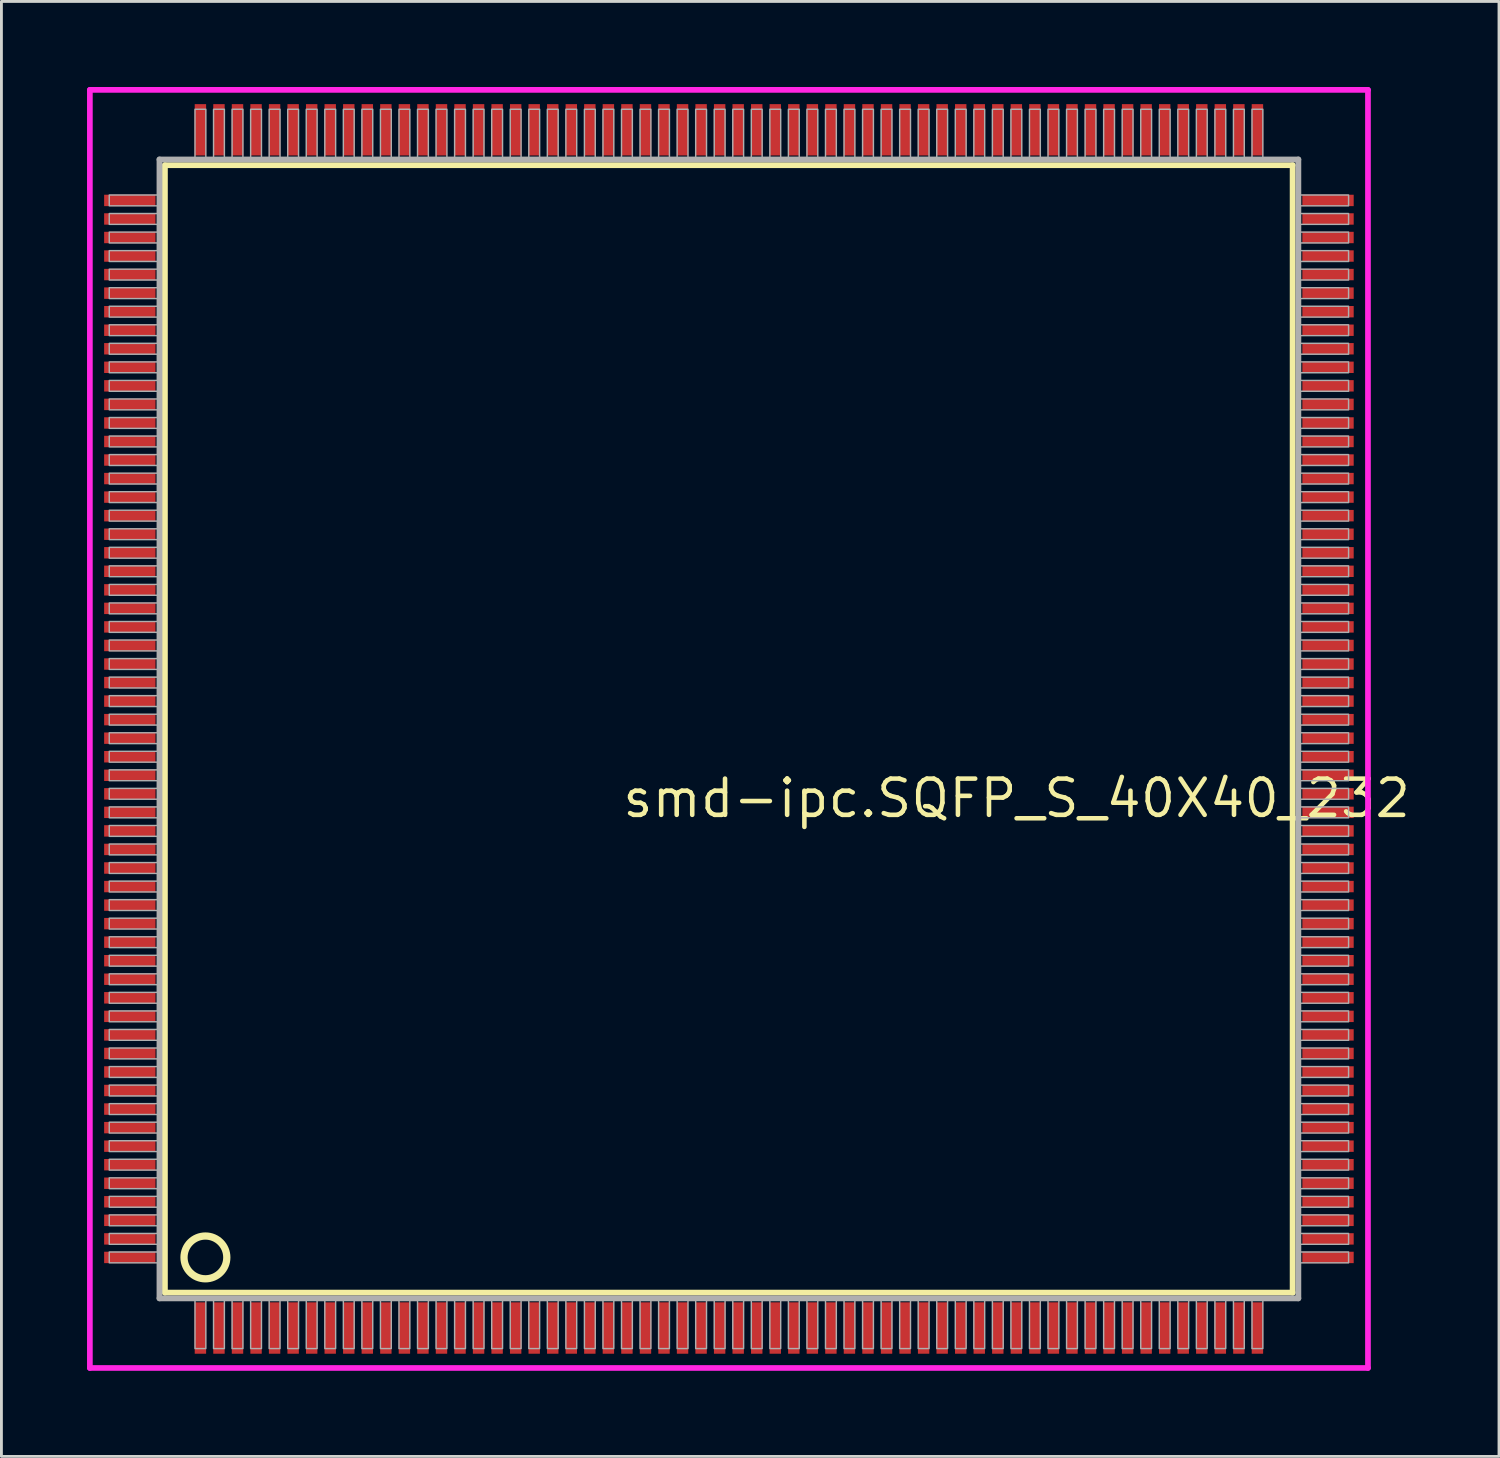
<source format=kicad_pcb>
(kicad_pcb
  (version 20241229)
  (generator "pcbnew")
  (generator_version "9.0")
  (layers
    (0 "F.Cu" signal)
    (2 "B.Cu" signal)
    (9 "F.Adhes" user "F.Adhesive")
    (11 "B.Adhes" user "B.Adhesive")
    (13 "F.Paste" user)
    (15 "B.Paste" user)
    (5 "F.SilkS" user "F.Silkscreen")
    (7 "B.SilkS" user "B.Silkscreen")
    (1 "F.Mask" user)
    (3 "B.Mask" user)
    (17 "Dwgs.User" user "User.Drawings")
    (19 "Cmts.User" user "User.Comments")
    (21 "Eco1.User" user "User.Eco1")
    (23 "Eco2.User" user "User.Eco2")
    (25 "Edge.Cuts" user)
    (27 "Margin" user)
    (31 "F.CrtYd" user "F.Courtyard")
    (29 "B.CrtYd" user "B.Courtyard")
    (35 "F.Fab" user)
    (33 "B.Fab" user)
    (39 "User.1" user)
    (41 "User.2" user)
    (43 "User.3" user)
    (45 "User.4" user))
  (footprint "smd-ipc.SQFP_S_40X40_232"
    (layer "F.Cu")
    (at 22.5 22.5)
    (property "Reference" "smd-ipc.SQFP_S_40X40_232" (at -3.81 3.175 0) (layer "F.SilkS") (effects (font (size 1.27 1.27) (thickness 0.16)) (justify left bottom)))
    (attr smd)
    (fp_line (start -19.77 -19.76) (end 19.76 -19.76) (stroke (width 0.203) (type default)) (layer "F.SilkS"))
    (fp_line (start -19.77 19.76) (end -19.77 -19.76) (stroke (width 0.203) (type default)) (layer "F.SilkS"))
    (fp_line (start 19.76 -19.76) (end 19.76 19.76) (stroke (width 0.203) (type default)) (layer "F.SilkS"))
    (fp_line (start 19.76 19.76) (end -19.77 19.76) (stroke (width 0.203) (type default)) (layer "F.SilkS"))
    (fp_circle (center -18.35 18.525) (end -17.6 18.525) (stroke (width 0.254) (type default)) (fill no) (layer "F.SilkS"))
    (fp_line (start -22.4 -22.4) (end 22.4 -22.4) (stroke (width 0.2) (type default)) (layer "F.CrtYd"))
    (fp_line (start -22.4 22.4) (end -22.4 -22.4) (stroke (width 0.2) (type default)) (layer "F.CrtYd"))
    (fp_line (start 22.4 -22.4) (end 22.4 22.4) (stroke (width 0.2) (type default)) (layer "F.CrtYd"))
    (fp_line (start 22.4 22.4) (end -22.4 22.4) (stroke (width 0.2) (type default)) (layer "F.CrtYd"))
    (fp_line (start -19.96 -19.96) (end -19.96 19.96) (stroke (width 0.203) (type default)) (layer "F.Fab"))
    (fp_line (start -19.96 19.96) (end 19.96 19.96) (stroke (width 0.203) (type default)) (layer "F.Fab"))
    (fp_line (start 19.96 -19.96) (end -19.96 -19.96) (stroke (width 0.203) (type default)) (layer "F.Fab"))
    (fp_line (start 19.96 19.96) (end 19.96 -19.96) (stroke (width 0.203) (type default)) (layer "F.Fab"))
    (fp_rect (start -21.72 -18.335) (end -20 -18.715) (stroke (width 0.05) (type default)) (fill no) (layer "F.Fab"))
    (fp_rect (start -21.72 -17.685) (end -20 -18.065) (stroke (width 0.05) (type default)) (fill no) (layer "F.Fab"))
    (fp_rect (start -21.72 -17.035) (end -20 -17.415) (stroke (width 0.05) (type default)) (fill no) (layer "F.Fab"))
    (fp_rect (start -21.72 -16.385) (end -20 -16.765) (stroke (width 0.05) (type default)) (fill no) (layer "F.Fab"))
    (fp_rect (start -21.72 -15.735) (end -20 -16.115) (stroke (width 0.05) (type default)) (fill no) (layer "F.Fab"))
    (fp_rect (start -21.72 -15.085) (end -20 -15.465) (stroke (width 0.05) (type default)) (fill no) (layer "F.Fab"))
    (fp_rect (start -21.72 -14.435) (end -20 -14.815) (stroke (width 0.05) (type default)) (fill no) (layer "F.Fab"))
    (fp_rect (start -21.72 -13.785) (end -20 -14.165) (stroke (width 0.05) (type default)) (fill no) (layer "F.Fab"))
    (fp_rect (start -21.72 -13.135) (end -20 -13.515) (stroke (width 0.05) (type default)) (fill no) (layer "F.Fab"))
    (fp_rect (start -21.72 -12.485) (end -20 -12.865) (stroke (width 0.05) (type default)) (fill no) (layer "F.Fab"))
    (fp_rect (start -21.72 -11.835) (end -20 -12.215) (stroke (width 0.05) (type default)) (fill no) (layer "F.Fab"))
    (fp_rect (start -21.72 -11.185) (end -20 -11.565) (stroke (width 0.05) (type default)) (fill no) (layer "F.Fab"))
    (fp_rect (start -21.72 -10.535) (end -20 -10.915) (stroke (width 0.05) (type default)) (fill no) (layer "F.Fab"))
    (fp_rect (start -21.72 -9.885) (end -20 -10.265) (stroke (width 0.05) (type default)) (fill no) (layer "F.Fab"))
    (fp_rect (start -21.72 -9.235) (end -20 -9.615) (stroke (width 0.05) (type default)) (fill no) (layer "F.Fab"))
    (fp_rect (start -21.72 -8.585) (end -20 -8.965) (stroke (width 0.05) (type default)) (fill no) (layer "F.Fab"))
    (fp_rect (start -21.72 -7.935) (end -20 -8.315) (stroke (width 0.05) (type default)) (fill no) (layer "F.Fab"))
    (fp_rect (start -21.72 -7.285) (end -20 -7.665) (stroke (width 0.05) (type default)) (fill no) (layer "F.Fab"))
    (fp_rect (start -21.72 -6.635) (end -20 -7.015) (stroke (width 0.05) (type default)) (fill no) (layer "F.Fab"))
    (fp_rect (start -21.72 -5.985) (end -20 -6.365) (stroke (width 0.05) (type default)) (fill no) (layer "F.Fab"))
    (fp_rect (start -21.72 -5.335) (end -20 -5.715) (stroke (width 0.05) (type default)) (fill no) (layer "F.Fab"))
    (fp_rect (start -21.72 -4.685) (end -20 -5.065) (stroke (width 0.05) (type default)) (fill no) (layer "F.Fab"))
    (fp_rect (start -21.72 -4.035) (end -20 -4.415) (stroke (width 0.05) (type default)) (fill no) (layer "F.Fab"))
    (fp_rect (start -21.72 -3.385) (end -20 -3.765) (stroke (width 0.05) (type default)) (fill no) (layer "F.Fab"))
    (fp_rect (start -21.72 -2.735) (end -20 -3.115) (stroke (width 0.05) (type default)) (fill no) (layer "F.Fab"))
    (fp_rect (start -21.72 -2.085) (end -20 -2.465) (stroke (width 0.05) (type default)) (fill no) (layer "F.Fab"))
    (fp_rect (start -21.72 -1.435) (end -20 -1.815) (stroke (width 0.05) (type default)) (fill no) (layer "F.Fab"))
    (fp_rect (start -21.72 -0.785) (end -20 -1.165) (stroke (width 0.05) (type default)) (fill no) (layer "F.Fab"))
    (fp_rect (start -21.72 -0.135) (end -20 -0.515) (stroke (width 0.05) (type default)) (fill no) (layer "F.Fab"))
    (fp_rect (start -21.72 0.515) (end -20 0.135) (stroke (width 0.05) (type default)) (fill no) (layer "F.Fab"))
    (fp_rect (start -21.72 1.165) (end -20 0.785) (stroke (width 0.05) (type default)) (fill no) (layer "F.Fab"))
    (fp_rect (start -21.72 1.815) (end -20 1.435) (stroke (width 0.05) (type default)) (fill no) (layer "F.Fab"))
    (fp_rect (start -21.72 2.465) (end -20 2.085) (stroke (width 0.05) (type default)) (fill no) (layer "F.Fab"))
    (fp_rect (start -21.72 3.115) (end -20 2.735) (stroke (width 0.05) (type default)) (fill no) (layer "F.Fab"))
    (fp_rect (start -21.72 3.765) (end -20 3.385) (stroke (width 0.05) (type default)) (fill no) (layer "F.Fab"))
    (fp_rect (start -21.72 4.415) (end -20 4.035) (stroke (width 0.05) (type default)) (fill no) (layer "F.Fab"))
    (fp_rect (start -21.72 5.065) (end -20 4.685) (stroke (width 0.05) (type default)) (fill no) (layer "F.Fab"))
    (fp_rect (start -21.72 5.715) (end -20 5.335) (stroke (width 0.05) (type default)) (fill no) (layer "F.Fab"))
    (fp_rect (start -21.72 6.365) (end -20 5.985) (stroke (width 0.05) (type default)) (fill no) (layer "F.Fab"))
    (fp_rect (start -21.72 7.015) (end -20 6.635) (stroke (width 0.05) (type default)) (fill no) (layer "F.Fab"))
    (fp_rect (start -21.72 7.665) (end -20 7.285) (stroke (width 0.05) (type default)) (fill no) (layer "F.Fab"))
    (fp_rect (start -21.72 8.315) (end -20 7.935) (stroke (width 0.05) (type default)) (fill no) (layer "F.Fab"))
    (fp_rect (start -21.72 8.965) (end -20 8.585) (stroke (width 0.05) (type default)) (fill no) (layer "F.Fab"))
    (fp_rect (start -21.72 9.615) (end -20 9.235) (stroke (width 0.05) (type default)) (fill no) (layer "F.Fab"))
    (fp_rect (start -21.72 10.265) (end -20 9.885) (stroke (width 0.05) (type default)) (fill no) (layer "F.Fab"))
    (fp_rect (start -21.72 10.915) (end -20 10.535) (stroke (width 0.05) (type default)) (fill no) (layer "F.Fab"))
    (fp_rect (start -21.72 11.565) (end -20 11.185) (stroke (width 0.05) (type default)) (fill no) (layer "F.Fab"))
    (fp_rect (start -21.72 12.215) (end -20 11.835) (stroke (width 0.05) (type default)) (fill no) (layer "F.Fab"))
    (fp_rect (start -21.72 12.865) (end -20 12.485) (stroke (width 0.05) (type default)) (fill no) (layer "F.Fab"))
    (fp_rect (start -21.72 13.515) (end -20 13.135) (stroke (width 0.05) (type default)) (fill no) (layer "F.Fab"))
    (fp_rect (start -21.72 14.165) (end -20 13.785) (stroke (width 0.05) (type default)) (fill no) (layer "F.Fab"))
    (fp_rect (start -21.72 14.815) (end -20 14.435) (stroke (width 0.05) (type default)) (fill no) (layer "F.Fab"))
    (fp_rect (start -21.72 15.465) (end -20 15.085) (stroke (width 0.05) (type default)) (fill no) (layer "F.Fab"))
    (fp_rect (start -21.72 16.115) (end -20 15.735) (stroke (width 0.05) (type default)) (fill no) (layer "F.Fab"))
    (fp_rect (start -21.72 16.765) (end -20 16.385) (stroke (width 0.05) (type default)) (fill no) (layer "F.Fab"))
    (fp_rect (start -21.72 17.415) (end -20 17.035) (stroke (width 0.05) (type default)) (fill no) (layer "F.Fab"))
    (fp_rect (start -21.72 18.065) (end -20 17.685) (stroke (width 0.05) (type default)) (fill no) (layer "F.Fab"))
    (fp_rect (start -21.72 18.715) (end -20 18.335) (stroke (width 0.05) (type default)) (fill no) (layer "F.Fab"))
    (fp_rect (start -18.715 -20) (end -18.335 -21.72) (stroke (width 0.05) (type default)) (fill no) (layer "F.Fab"))
    (fp_rect (start -18.715 21.72) (end -18.335 20) (stroke (width 0.05) (type default)) (fill no) (layer "F.Fab"))
    (fp_rect (start -18.065 -20) (end -17.685 -21.72) (stroke (width 0.05) (type default)) (fill no) (layer "F.Fab"))
    (fp_rect (start -18.065 21.72) (end -17.685 20) (stroke (width 0.05) (type default)) (fill no) (layer "F.Fab"))
    (fp_rect (start -17.415 -20) (end -17.035 -21.72) (stroke (width 0.05) (type default)) (fill no) (layer "F.Fab"))
    (fp_rect (start -17.415 21.72) (end -17.035 20) (stroke (width 0.05) (type default)) (fill no) (layer "F.Fab"))
    (fp_rect (start -16.765 -20) (end -16.385 -21.72) (stroke (width 0.05) (type default)) (fill no) (layer "F.Fab"))
    (fp_rect (start -16.765 21.72) (end -16.385 20) (stroke (width 0.05) (type default)) (fill no) (layer "F.Fab"))
    (fp_rect (start -16.115 -20) (end -15.735 -21.72) (stroke (width 0.05) (type default)) (fill no) (layer "F.Fab"))
    (fp_rect (start -16.115 21.72) (end -15.735 20) (stroke (width 0.05) (type default)) (fill no) (layer "F.Fab"))
    (fp_rect (start -15.465 -20) (end -15.085 -21.72) (stroke (width 0.05) (type default)) (fill no) (layer "F.Fab"))
    (fp_rect (start -15.465 21.72) (end -15.085 20) (stroke (width 0.05) (type default)) (fill no) (layer "F.Fab"))
    (fp_rect (start -14.815 -20) (end -14.435 -21.72) (stroke (width 0.05) (type default)) (fill no) (layer "F.Fab"))
    (fp_rect (start -14.815 21.72) (end -14.435 20) (stroke (width 0.05) (type default)) (fill no) (layer "F.Fab"))
    (fp_rect (start -14.165 -20) (end -13.785 -21.72) (stroke (width 0.05) (type default)) (fill no) (layer "F.Fab"))
    (fp_rect (start -14.165 21.72) (end -13.785 20) (stroke (width 0.05) (type default)) (fill no) (layer "F.Fab"))
    (fp_rect (start -13.515 -20) (end -13.135 -21.72) (stroke (width 0.05) (type default)) (fill no) (layer "F.Fab"))
    (fp_rect (start -13.515 21.72) (end -13.135 20) (stroke (width 0.05) (type default)) (fill no) (layer "F.Fab"))
    (fp_rect (start -12.865 -20) (end -12.485 -21.72) (stroke (width 0.05) (type default)) (fill no) (layer "F.Fab"))
    (fp_rect (start -12.865 21.72) (end -12.485 20) (stroke (width 0.05) (type default)) (fill no) (layer "F.Fab"))
    (fp_rect (start -12.215 -20) (end -11.835 -21.72) (stroke (width 0.05) (type default)) (fill no) (layer "F.Fab"))
    (fp_rect (start -12.215 21.72) (end -11.835 20) (stroke (width 0.05) (type default)) (fill no) (layer "F.Fab"))
    (fp_rect (start -11.565 -20) (end -11.185 -21.72) (stroke (width 0.05) (type default)) (fill no) (layer "F.Fab"))
    (fp_rect (start -11.565 21.72) (end -11.185 20) (stroke (width 0.05) (type default)) (fill no) (layer "F.Fab"))
    (fp_rect (start -10.915 -20) (end -10.535 -21.72) (stroke (width 0.05) (type default)) (fill no) (layer "F.Fab"))
    (fp_rect (start -10.915 21.72) (end -10.535 20) (stroke (width 0.05) (type default)) (fill no) (layer "F.Fab"))
    (fp_rect (start -10.265 -20) (end -9.885 -21.72) (stroke (width 0.05) (type default)) (fill no) (layer "F.Fab"))
    (fp_rect (start -10.265 21.72) (end -9.885 20) (stroke (width 0.05) (type default)) (fill no) (layer "F.Fab"))
    (fp_rect (start -9.615 -20) (end -9.235 -21.72) (stroke (width 0.05) (type default)) (fill no) (layer "F.Fab"))
    (fp_rect (start -9.615 21.72) (end -9.235 20) (stroke (width 0.05) (type default)) (fill no) (layer "F.Fab"))
    (fp_rect (start -8.965 -20) (end -8.585 -21.72) (stroke (width 0.05) (type default)) (fill no) (layer "F.Fab"))
    (fp_rect (start -8.965 21.72) (end -8.585 20) (stroke (width 0.05) (type default)) (fill no) (layer "F.Fab"))
    (fp_rect (start -8.315 -20) (end -7.935 -21.72) (stroke (width 0.05) (type default)) (fill no) (layer "F.Fab"))
    (fp_rect (start -8.315 21.72) (end -7.935 20) (stroke (width 0.05) (type default)) (fill no) (layer "F.Fab"))
    (fp_rect (start -7.665 -20) (end -7.285 -21.72) (stroke (width 0.05) (type default)) (fill no) (layer "F.Fab"))
    (fp_rect (start -7.665 21.72) (end -7.285 20) (stroke (width 0.05) (type default)) (fill no) (layer "F.Fab"))
    (fp_rect (start -7.015 -20) (end -6.635 -21.72) (stroke (width 0.05) (type default)) (fill no) (layer "F.Fab"))
    (fp_rect (start -7.015 21.72) (end -6.635 20) (stroke (width 0.05) (type default)) (fill no) (layer "F.Fab"))
    (fp_rect (start -6.365 -20) (end -5.985 -21.72) (stroke (width 0.05) (type default)) (fill no) (layer "F.Fab"))
    (fp_rect (start -6.365 21.72) (end -5.985 20) (stroke (width 0.05) (type default)) (fill no) (layer "F.Fab"))
    (fp_rect (start -5.715 -20) (end -5.335 -21.72) (stroke (width 0.05) (type default)) (fill no) (layer "F.Fab"))
    (fp_rect (start -5.715 21.72) (end -5.335 20) (stroke (width 0.05) (type default)) (fill no) (layer "F.Fab"))
    (fp_rect (start -5.065 -20) (end -4.685 -21.72) (stroke (width 0.05) (type default)) (fill no) (layer "F.Fab"))
    (fp_rect (start -5.065 21.72) (end -4.685 20) (stroke (width 0.05) (type default)) (fill no) (layer "F.Fab"))
    (fp_rect (start -4.415 -20) (end -4.035 -21.72) (stroke (width 0.05) (type default)) (fill no) (layer "F.Fab"))
    (fp_rect (start -4.415 21.72) (end -4.035 20) (stroke (width 0.05) (type default)) (fill no) (layer "F.Fab"))
    (fp_rect (start -3.765 -20) (end -3.385 -21.72) (stroke (width 0.05) (type default)) (fill no) (layer "F.Fab"))
    (fp_rect (start -3.765 21.72) (end -3.385 20) (stroke (width 0.05) (type default)) (fill no) (layer "F.Fab"))
    (fp_rect (start -3.115 -20) (end -2.735 -21.72) (stroke (width 0.05) (type default)) (fill no) (layer "F.Fab"))
    (fp_rect (start -3.115 21.72) (end -2.735 20) (stroke (width 0.05) (type default)) (fill no) (layer "F.Fab"))
    (fp_rect (start -2.465 -20) (end -2.085 -21.72) (stroke (width 0.05) (type default)) (fill no) (layer "F.Fab"))
    (fp_rect (start -2.465 21.72) (end -2.085 20) (stroke (width 0.05) (type default)) (fill no) (layer "F.Fab"))
    (fp_rect (start -1.815 -20) (end -1.435 -21.72) (stroke (width 0.05) (type default)) (fill no) (layer "F.Fab"))
    (fp_rect (start -1.815 21.72) (end -1.435 20) (stroke (width 0.05) (type default)) (fill no) (layer "F.Fab"))
    (fp_rect (start -1.165 -20) (end -0.785 -21.72) (stroke (width 0.05) (type default)) (fill no) (layer "F.Fab"))
    (fp_rect (start -1.165 21.72) (end -0.785 20) (stroke (width 0.05) (type default)) (fill no) (layer "F.Fab"))
    (fp_rect (start -0.515 -20) (end -0.135 -21.72) (stroke (width 0.05) (type default)) (fill no) (layer "F.Fab"))
    (fp_rect (start -0.515 21.72) (end -0.135 20) (stroke (width 0.05) (type default)) (fill no) (layer "F.Fab"))
    (fp_rect (start 0.135 -20) (end 0.515 -21.72) (stroke (width 0.05) (type default)) (fill no) (layer "F.Fab"))
    (fp_rect (start 0.135 21.72) (end 0.515 20) (stroke (width 0.05) (type default)) (fill no) (layer "F.Fab"))
    (fp_rect (start 0.785 -20) (end 1.165 -21.72) (stroke (width 0.05) (type default)) (fill no) (layer "F.Fab"))
    (fp_rect (start 0.785 21.72) (end 1.165 20) (stroke (width 0.05) (type default)) (fill no) (layer "F.Fab"))
    (fp_rect (start 1.435 -20) (end 1.815 -21.72) (stroke (width 0.05) (type default)) (fill no) (layer "F.Fab"))
    (fp_rect (start 1.435 21.72) (end 1.815 20) (stroke (width 0.05) (type default)) (fill no) (layer "F.Fab"))
    (fp_rect (start 2.085 -20) (end 2.465 -21.72) (stroke (width 0.05) (type default)) (fill no) (layer "F.Fab"))
    (fp_rect (start 2.085 21.72) (end 2.465 20) (stroke (width 0.05) (type default)) (fill no) (layer "F.Fab"))
    (fp_rect (start 2.735 -20) (end 3.115 -21.72) (stroke (width 0.05) (type default)) (fill no) (layer "F.Fab"))
    (fp_rect (start 2.735 21.72) (end 3.115 20) (stroke (width 0.05) (type default)) (fill no) (layer "F.Fab"))
    (fp_rect (start 3.385 -20) (end 3.765 -21.72) (stroke (width 0.05) (type default)) (fill no) (layer "F.Fab"))
    (fp_rect (start 3.385 21.72) (end 3.765 20) (stroke (width 0.05) (type default)) (fill no) (layer "F.Fab"))
    (fp_rect (start 4.035 -20) (end 4.415 -21.72) (stroke (width 0.05) (type default)) (fill no) (layer "F.Fab"))
    (fp_rect (start 4.035 21.72) (end 4.415 20) (stroke (width 0.05) (type default)) (fill no) (layer "F.Fab"))
    (fp_rect (start 4.685 -20) (end 5.065 -21.72) (stroke (width 0.05) (type default)) (fill no) (layer "F.Fab"))
    (fp_rect (start 4.685 21.72) (end 5.065 20) (stroke (width 0.05) (type default)) (fill no) (layer "F.Fab"))
    (fp_rect (start 5.335 -20) (end 5.715 -21.72) (stroke (width 0.05) (type default)) (fill no) (layer "F.Fab"))
    (fp_rect (start 5.335 21.72) (end 5.715 20) (stroke (width 0.05) (type default)) (fill no) (layer "F.Fab"))
    (fp_rect (start 5.985 -20) (end 6.365 -21.72) (stroke (width 0.05) (type default)) (fill no) (layer "F.Fab"))
    (fp_rect (start 5.985 21.72) (end 6.365 20) (stroke (width 0.05) (type default)) (fill no) (layer "F.Fab"))
    (fp_rect (start 6.635 -20) (end 7.015 -21.72) (stroke (width 0.05) (type default)) (fill no) (layer "F.Fab"))
    (fp_rect (start 6.635 21.72) (end 7.015 20) (stroke (width 0.05) (type default)) (fill no) (layer "F.Fab"))
    (fp_rect (start 7.285 -20) (end 7.665 -21.72) (stroke (width 0.05) (type default)) (fill no) (layer "F.Fab"))
    (fp_rect (start 7.285 21.72) (end 7.665 20) (stroke (width 0.05) (type default)) (fill no) (layer "F.Fab"))
    (fp_rect (start 7.935 -20) (end 8.315 -21.72) (stroke (width 0.05) (type default)) (fill no) (layer "F.Fab"))
    (fp_rect (start 7.935 21.72) (end 8.315 20) (stroke (width 0.05) (type default)) (fill no) (layer "F.Fab"))
    (fp_rect (start 8.585 -20) (end 8.965 -21.72) (stroke (width 0.05) (type default)) (fill no) (layer "F.Fab"))
    (fp_rect (start 8.585 21.72) (end 8.965 20) (stroke (width 0.05) (type default)) (fill no) (layer "F.Fab"))
    (fp_rect (start 9.235 -20) (end 9.615 -21.72) (stroke (width 0.05) (type default)) (fill no) (layer "F.Fab"))
    (fp_rect (start 9.235 21.72) (end 9.615 20) (stroke (width 0.05) (type default)) (fill no) (layer "F.Fab"))
    (fp_rect (start 9.885 -20) (end 10.265 -21.72) (stroke (width 0.05) (type default)) (fill no) (layer "F.Fab"))
    (fp_rect (start 9.885 21.72) (end 10.265 20) (stroke (width 0.05) (type default)) (fill no) (layer "F.Fab"))
    (fp_rect (start 10.535 -20) (end 10.915 -21.72) (stroke (width 0.05) (type default)) (fill no) (layer "F.Fab"))
    (fp_rect (start 10.535 21.72) (end 10.915 20) (stroke (width 0.05) (type default)) (fill no) (layer "F.Fab"))
    (fp_rect (start 11.185 -20) (end 11.565 -21.72) (stroke (width 0.05) (type default)) (fill no) (layer "F.Fab"))
    (fp_rect (start 11.185 21.72) (end 11.565 20) (stroke (width 0.05) (type default)) (fill no) (layer "F.Fab"))
    (fp_rect (start 11.835 -20) (end 12.215 -21.72) (stroke (width 0.05) (type default)) (fill no) (layer "F.Fab"))
    (fp_rect (start 11.835 21.72) (end 12.215 20) (stroke (width 0.05) (type default)) (fill no) (layer "F.Fab"))
    (fp_rect (start 12.485 -20) (end 12.865 -21.72) (stroke (width 0.05) (type default)) (fill no) (layer "F.Fab"))
    (fp_rect (start 12.485 21.72) (end 12.865 20) (stroke (width 0.05) (type default)) (fill no) (layer "F.Fab"))
    (fp_rect (start 13.135 -20) (end 13.515 -21.72) (stroke (width 0.05) (type default)) (fill no) (layer "F.Fab"))
    (fp_rect (start 13.135 21.72) (end 13.515 20) (stroke (width 0.05) (type default)) (fill no) (layer "F.Fab"))
    (fp_rect (start 13.785 -20) (end 14.165 -21.72) (stroke (width 0.05) (type default)) (fill no) (layer "F.Fab"))
    (fp_rect (start 13.785 21.72) (end 14.165 20) (stroke (width 0.05) (type default)) (fill no) (layer "F.Fab"))
    (fp_rect (start 14.435 -20) (end 14.815 -21.72) (stroke (width 0.05) (type default)) (fill no) (layer "F.Fab"))
    (fp_rect (start 14.435 21.72) (end 14.815 20) (stroke (width 0.05) (type default)) (fill no) (layer "F.Fab"))
    (fp_rect (start 15.085 -20) (end 15.465 -21.72) (stroke (width 0.05) (type default)) (fill no) (layer "F.Fab"))
    (fp_rect (start 15.085 21.72) (end 15.465 20) (stroke (width 0.05) (type default)) (fill no) (layer "F.Fab"))
    (fp_rect (start 15.735 -20) (end 16.115 -21.72) (stroke (width 0.05) (type default)) (fill no) (layer "F.Fab"))
    (fp_rect (start 15.735 21.72) (end 16.115 20) (stroke (width 0.05) (type default)) (fill no) (layer "F.Fab"))
    (fp_rect (start 16.385 -20) (end 16.765 -21.72) (stroke (width 0.05) (type default)) (fill no) (layer "F.Fab"))
    (fp_rect (start 16.385 21.72) (end 16.765 20) (stroke (width 0.05) (type default)) (fill no) (layer "F.Fab"))
    (fp_rect (start 17.035 -20) (end 17.415 -21.72) (stroke (width 0.05) (type default)) (fill no) (layer "F.Fab"))
    (fp_rect (start 17.035 21.72) (end 17.415 20) (stroke (width 0.05) (type default)) (fill no) (layer "F.Fab"))
    (fp_rect (start 17.685 -20) (end 18.065 -21.72) (stroke (width 0.05) (type default)) (fill no) (layer "F.Fab"))
    (fp_rect (start 17.685 21.72) (end 18.065 20) (stroke (width 0.05) (type default)) (fill no) (layer "F.Fab"))
    (fp_rect (start 18.335 -20) (end 18.715 -21.72) (stroke (width 0.05) (type default)) (fill no) (layer "F.Fab"))
    (fp_rect (start 18.335 21.72) (end 18.715 20) (stroke (width 0.05) (type default)) (fill no) (layer "F.Fab"))
    (fp_rect (start 20 -18.335) (end 21.72 -18.715) (stroke (width 0.05) (type default)) (fill no) (layer "F.Fab"))
    (fp_rect (start 20 -17.685) (end 21.72 -18.065) (stroke (width 0.05) (type default)) (fill no) (layer "F.Fab"))
    (fp_rect (start 20 -17.035) (end 21.72 -17.415) (stroke (width 0.05) (type default)) (fill no) (layer "F.Fab"))
    (fp_rect (start 20 -16.385) (end 21.72 -16.765) (stroke (width 0.05) (type default)) (fill no) (layer "F.Fab"))
    (fp_rect (start 20 -15.735) (end 21.72 -16.115) (stroke (width 0.05) (type default)) (fill no) (layer "F.Fab"))
    (fp_rect (start 20 -15.085) (end 21.72 -15.465) (stroke (width 0.05) (type default)) (fill no) (layer "F.Fab"))
    (fp_rect (start 20 -14.435) (end 21.72 -14.815) (stroke (width 0.05) (type default)) (fill no) (layer "F.Fab"))
    (fp_rect (start 20 -13.785) (end 21.72 -14.165) (stroke (width 0.05) (type default)) (fill no) (layer "F.Fab"))
    (fp_rect (start 20 -13.135) (end 21.72 -13.515) (stroke (width 0.05) (type default)) (fill no) (layer "F.Fab"))
    (fp_rect (start 20 -12.485) (end 21.72 -12.865) (stroke (width 0.05) (type default)) (fill no) (layer "F.Fab"))
    (fp_rect (start 20 -11.835) (end 21.72 -12.215) (stroke (width 0.05) (type default)) (fill no) (layer "F.Fab"))
    (fp_rect (start 20 -11.185) (end 21.72 -11.565) (stroke (width 0.05) (type default)) (fill no) (layer "F.Fab"))
    (fp_rect (start 20 -10.535) (end 21.72 -10.915) (stroke (width 0.05) (type default)) (fill no) (layer "F.Fab"))
    (fp_rect (start 20 -9.885) (end 21.72 -10.265) (stroke (width 0.05) (type default)) (fill no) (layer "F.Fab"))
    (fp_rect (start 20 -9.235) (end 21.72 -9.615) (stroke (width 0.05) (type default)) (fill no) (layer "F.Fab"))
    (fp_rect (start 20 -8.585) (end 21.72 -8.965) (stroke (width 0.05) (type default)) (fill no) (layer "F.Fab"))
    (fp_rect (start 20 -7.935) (end 21.72 -8.315) (stroke (width 0.05) (type default)) (fill no) (layer "F.Fab"))
    (fp_rect (start 20 -7.285) (end 21.72 -7.665) (stroke (width 0.05) (type default)) (fill no) (layer "F.Fab"))
    (fp_rect (start 20 -6.635) (end 21.72 -7.015) (stroke (width 0.05) (type default)) (fill no) (layer "F.Fab"))
    (fp_rect (start 20 -5.985) (end 21.72 -6.365) (stroke (width 0.05) (type default)) (fill no) (layer "F.Fab"))
    (fp_rect (start 20 -5.335) (end 21.72 -5.715) (stroke (width 0.05) (type default)) (fill no) (layer "F.Fab"))
    (fp_rect (start 20 -4.685) (end 21.72 -5.065) (stroke (width 0.05) (type default)) (fill no) (layer "F.Fab"))
    (fp_rect (start 20 -4.035) (end 21.72 -4.415) (stroke (width 0.05) (type default)) (fill no) (layer "F.Fab"))
    (fp_rect (start 20 -3.385) (end 21.72 -3.765) (stroke (width 0.05) (type default)) (fill no) (layer "F.Fab"))
    (fp_rect (start 20 -2.735) (end 21.72 -3.115) (stroke (width 0.05) (type default)) (fill no) (layer "F.Fab"))
    (fp_rect (start 20 -2.085) (end 21.72 -2.465) (stroke (width 0.05) (type default)) (fill no) (layer "F.Fab"))
    (fp_rect (start 20 -1.435) (end 21.72 -1.815) (stroke (width 0.05) (type default)) (fill no) (layer "F.Fab"))
    (fp_rect (start 20 -0.785) (end 21.72 -1.165) (stroke (width 0.05) (type default)) (fill no) (layer "F.Fab"))
    (fp_rect (start 20 -0.135) (end 21.72 -0.515) (stroke (width 0.05) (type default)) (fill no) (layer "F.Fab"))
    (fp_rect (start 20 0.515) (end 21.72 0.135) (stroke (width 0.05) (type default)) (fill no) (layer "F.Fab"))
    (fp_rect (start 20 1.165) (end 21.72 0.785) (stroke (width 0.05) (type default)) (fill no) (layer "F.Fab"))
    (fp_rect (start 20 1.815) (end 21.72 1.435) (stroke (width 0.05) (type default)) (fill no) (layer "F.Fab"))
    (fp_rect (start 20 2.465) (end 21.72 2.085) (stroke (width 0.05) (type default)) (fill no) (layer "F.Fab"))
    (fp_rect (start 20 3.115) (end 21.72 2.735) (stroke (width 0.05) (type default)) (fill no) (layer "F.Fab"))
    (fp_rect (start 20 3.765) (end 21.72 3.385) (stroke (width 0.05) (type default)) (fill no) (layer "F.Fab"))
    (fp_rect (start 20 4.415) (end 21.72 4.035) (stroke (width 0.05) (type default)) (fill no) (layer "F.Fab"))
    (fp_rect (start 20 5.065) (end 21.72 4.685) (stroke (width 0.05) (type default)) (fill no) (layer "F.Fab"))
    (fp_rect (start 20 5.715) (end 21.72 5.335) (stroke (width 0.05) (type default)) (fill no) (layer "F.Fab"))
    (fp_rect (start 20 6.365) (end 21.72 5.985) (stroke (width 0.05) (type default)) (fill no) (layer "F.Fab"))
    (fp_rect (start 20 7.015) (end 21.72 6.635) (stroke (width 0.05) (type default)) (fill no) (layer "F.Fab"))
    (fp_rect (start 20 7.665) (end 21.72 7.285) (stroke (width 0.05) (type default)) (fill no) (layer "F.Fab"))
    (fp_rect (start 20 8.315) (end 21.72 7.935) (stroke (width 0.05) (type default)) (fill no) (layer "F.Fab"))
    (fp_rect (start 20 8.965) (end 21.72 8.585) (stroke (width 0.05) (type default)) (fill no) (layer "F.Fab"))
    (fp_rect (start 20 9.615) (end 21.72 9.235) (stroke (width 0.05) (type default)) (fill no) (layer "F.Fab"))
    (fp_rect (start 20 10.265) (end 21.72 9.885) (stroke (width 0.05) (type default)) (fill no) (layer "F.Fab"))
    (fp_rect (start 20 10.915) (end 21.72 10.535) (stroke (width 0.05) (type default)) (fill no) (layer "F.Fab"))
    (fp_rect (start 20 11.565) (end 21.72 11.185) (stroke (width 0.05) (type default)) (fill no) (layer "F.Fab"))
    (fp_rect (start 20 12.215) (end 21.72 11.835) (stroke (width 0.05) (type default)) (fill no) (layer "F.Fab"))
    (fp_rect (start 20 12.865) (end 21.72 12.485) (stroke (width 0.05) (type default)) (fill no) (layer "F.Fab"))
    (fp_rect (start 20 13.515) (end 21.72 13.135) (stroke (width 0.05) (type default)) (fill no) (layer "F.Fab"))
    (fp_rect (start 20 14.165) (end 21.72 13.785) (stroke (width 0.05) (type default)) (fill no) (layer "F.Fab"))
    (fp_rect (start 20 14.815) (end 21.72 14.435) (stroke (width 0.05) (type default)) (fill no) (layer "F.Fab"))
    (fp_rect (start 20 15.465) (end 21.72 15.085) (stroke (width 0.05) (type default)) (fill no) (layer "F.Fab"))
    (fp_rect (start 20 16.115) (end 21.72 15.735) (stroke (width 0.05) (type default)) (fill no) (layer "F.Fab"))
    (fp_rect (start 20 16.765) (end 21.72 16.385) (stroke (width 0.05) (type default)) (fill no) (layer "F.Fab"))
    (fp_rect (start 20 17.415) (end 21.72 17.035) (stroke (width 0.05) (type default)) (fill no) (layer "F.Fab"))
    (fp_rect (start 20 18.065) (end 21.72 17.685) (stroke (width 0.05) (type default)) (fill no) (layer "F.Fab"))
    (fp_rect (start 20 18.715) (end 21.72 18.335) (stroke (width 0.05) (type default)) (fill no) (layer "F.Fab"))
    (pad "1" smd roundrect (at -18.525 21) (size 0.4 1.8) (layers "F.Cu" "F.Mask" "F.Paste") (roundrect_rratio 0.01))
    (pad "2" smd roundrect (at -17.875 21) (size 0.4 1.8) (layers "F.Cu" "F.Mask" "F.Paste") (roundrect_rratio 0.01))
    (pad "3" smd roundrect (at -17.225 21) (size 0.4 1.8) (layers "F.Cu" "F.Mask" "F.Paste") (roundrect_rratio 0.01))
    (pad "4" smd roundrect (at -16.575 21) (size 0.4 1.8) (layers "F.Cu" "F.Mask" "F.Paste") (roundrect_rratio 0.01))
    (pad "5" smd roundrect (at -15.925 21) (size 0.4 1.8) (layers "F.Cu" "F.Mask" "F.Paste") (roundrect_rratio 0.01))
    (pad "6" smd roundrect (at -15.275 21) (size 0.4 1.8) (layers "F.Cu" "F.Mask" "F.Paste") (roundrect_rratio 0.01))
    (pad "7" smd roundrect (at -14.625 21) (size 0.4 1.8) (layers "F.Cu" "F.Mask" "F.Paste") (roundrect_rratio 0.01))
    (pad "8" smd roundrect (at -13.975 21) (size 0.4 1.8) (layers "F.Cu" "F.Mask" "F.Paste") (roundrect_rratio 0.01))
    (pad "9" smd roundrect (at -13.325 21) (size 0.4 1.8) (layers "F.Cu" "F.Mask" "F.Paste") (roundrect_rratio 0.01))
    (pad "10" smd roundrect (at -12.675 21) (size 0.4 1.8) (layers "F.Cu" "F.Mask" "F.Paste") (roundrect_rratio 0.01))
    (pad "11" smd roundrect (at -12.025 21) (size 0.4 1.8) (layers "F.Cu" "F.Mask" "F.Paste") (roundrect_rratio 0.01))
    (pad "12" smd roundrect (at -11.375 21) (size 0.4 1.8) (layers "F.Cu" "F.Mask" "F.Paste") (roundrect_rratio 0.01))
    (pad "13" smd roundrect (at -10.725 21) (size 0.4 1.8) (layers "F.Cu" "F.Mask" "F.Paste") (roundrect_rratio 0.01))
    (pad "14" smd roundrect (at -10.075 21) (size 0.4 1.8) (layers "F.Cu" "F.Mask" "F.Paste") (roundrect_rratio 0.01))
    (pad "15" smd roundrect (at -9.425 21) (size 0.4 1.8) (layers "F.Cu" "F.Mask" "F.Paste") (roundrect_rratio 0.01))
    (pad "16" smd roundrect (at -8.775 21) (size 0.4 1.8) (layers "F.Cu" "F.Mask" "F.Paste") (roundrect_rratio 0.01))
    (pad "17" smd roundrect (at -8.125 21) (size 0.4 1.8) (layers "F.Cu" "F.Mask" "F.Paste") (roundrect_rratio 0.01))
    (pad "18" smd roundrect (at -7.475 21) (size 0.4 1.8) (layers "F.Cu" "F.Mask" "F.Paste") (roundrect_rratio 0.01))
    (pad "19" smd roundrect (at -6.825 21) (size 0.4 1.8) (layers "F.Cu" "F.Mask" "F.Paste") (roundrect_rratio 0.01))
    (pad "20" smd roundrect (at -6.175 21) (size 0.4 1.8) (layers "F.Cu" "F.Mask" "F.Paste") (roundrect_rratio 0.01))
    (pad "21" smd roundrect (at -5.525 21) (size 0.4 1.8) (layers "F.Cu" "F.Mask" "F.Paste") (roundrect_rratio 0.01))
    (pad "22" smd roundrect (at -4.875 21) (size 0.4 1.8) (layers "F.Cu" "F.Mask" "F.Paste") (roundrect_rratio 0.01))
    (pad "23" smd roundrect (at -4.225 21) (size 0.4 1.8) (layers "F.Cu" "F.Mask" "F.Paste") (roundrect_rratio 0.01))
    (pad "24" smd roundrect (at -3.575 21) (size 0.4 1.8) (layers "F.Cu" "F.Mask" "F.Paste") (roundrect_rratio 0.01))
    (pad "25" smd roundrect (at -2.925 21) (size 0.4 1.8) (layers "F.Cu" "F.Mask" "F.Paste") (roundrect_rratio 0.01))
    (pad "26" smd roundrect (at -2.275 21) (size 0.4 1.8) (layers "F.Cu" "F.Mask" "F.Paste") (roundrect_rratio 0.01))
    (pad "27" smd roundrect (at -1.625 21) (size 0.4 1.8) (layers "F.Cu" "F.Mask" "F.Paste") (roundrect_rratio 0.01))
    (pad "28" smd roundrect (at -0.975 21) (size 0.4 1.8) (layers "F.Cu" "F.Mask" "F.Paste") (roundrect_rratio 0.01))
    (pad "29" smd roundrect (at -0.325 21) (size 0.4 1.8) (layers "F.Cu" "F.Mask" "F.Paste") (roundrect_rratio 0.01))
    (pad "30" smd roundrect (at 0.325 21) (size 0.4 1.8) (layers "F.Cu" "F.Mask" "F.Paste") (roundrect_rratio 0.01))
    (pad "31" smd roundrect (at 0.975 21) (size 0.4 1.8) (layers "F.Cu" "F.Mask" "F.Paste") (roundrect_rratio 0.01))
    (pad "32" smd roundrect (at 1.625 21) (size 0.4 1.8) (layers "F.Cu" "F.Mask" "F.Paste") (roundrect_rratio 0.01))
    (pad "33" smd roundrect (at 2.275 21) (size 0.4 1.8) (layers "F.Cu" "F.Mask" "F.Paste") (roundrect_rratio 0.01))
    (pad "34" smd roundrect (at 2.925 21) (size 0.4 1.8) (layers "F.Cu" "F.Mask" "F.Paste") (roundrect_rratio 0.01))
    (pad "35" smd roundrect (at 3.575 21) (size 0.4 1.8) (layers "F.Cu" "F.Mask" "F.Paste") (roundrect_rratio 0.01))
    (pad "36" smd roundrect (at 4.225 21) (size 0.4 1.8) (layers "F.Cu" "F.Mask" "F.Paste") (roundrect_rratio 0.01))
    (pad "37" smd roundrect (at 4.875 21) (size 0.4 1.8) (layers "F.Cu" "F.Mask" "F.Paste") (roundrect_rratio 0.01))
    (pad "38" smd roundrect (at 5.525 21) (size 0.4 1.8) (layers "F.Cu" "F.Mask" "F.Paste") (roundrect_rratio 0.01))
    (pad "39" smd roundrect (at 6.175 21) (size 0.4 1.8) (layers "F.Cu" "F.Mask" "F.Paste") (roundrect_rratio 0.01))
    (pad "40" smd roundrect (at 6.825 21) (size 0.4 1.8) (layers "F.Cu" "F.Mask" "F.Paste") (roundrect_rratio 0.01))
    (pad "41" smd roundrect (at 7.475 21) (size 0.4 1.8) (layers "F.Cu" "F.Mask" "F.Paste") (roundrect_rratio 0.01))
    (pad "42" smd roundrect (at 8.125 21) (size 0.4 1.8) (layers "F.Cu" "F.Mask" "F.Paste") (roundrect_rratio 0.01))
    (pad "43" smd roundrect (at 8.775 21) (size 0.4 1.8) (layers "F.Cu" "F.Mask" "F.Paste") (roundrect_rratio 0.01))
    (pad "44" smd roundrect (at 9.425 21) (size 0.4 1.8) (layers "F.Cu" "F.Mask" "F.Paste") (roundrect_rratio 0.01))
    (pad "45" smd roundrect (at 10.075 21) (size 0.4 1.8) (layers "F.Cu" "F.Mask" "F.Paste") (roundrect_rratio 0.01))
    (pad "46" smd roundrect (at 10.725 21) (size 0.4 1.8) (layers "F.Cu" "F.Mask" "F.Paste") (roundrect_rratio 0.01))
    (pad "47" smd roundrect (at 11.375 21) (size 0.4 1.8) (layers "F.Cu" "F.Mask" "F.Paste") (roundrect_rratio 0.01))
    (pad "48" smd roundrect (at 12.025 21) (size 0.4 1.8) (layers "F.Cu" "F.Mask" "F.Paste") (roundrect_rratio 0.01))
    (pad "49" smd roundrect (at 12.675 21) (size 0.4 1.8) (layers "F.Cu" "F.Mask" "F.Paste") (roundrect_rratio 0.01))
    (pad "50" smd roundrect (at 13.325 21) (size 0.4 1.8) (layers "F.Cu" "F.Mask" "F.Paste") (roundrect_rratio 0.01))
    (pad "51" smd roundrect (at 13.975 21) (size 0.4 1.8) (layers "F.Cu" "F.Mask" "F.Paste") (roundrect_rratio 0.01))
    (pad "52" smd roundrect (at 14.625 21) (size 0.4 1.8) (layers "F.Cu" "F.Mask" "F.Paste") (roundrect_rratio 0.01))
    (pad "53" smd roundrect (at 15.275 21) (size 0.4 1.8) (layers "F.Cu" "F.Mask" "F.Paste") (roundrect_rratio 0.01))
    (pad "54" smd roundrect (at 15.925 21) (size 0.4 1.8) (layers "F.Cu" "F.Mask" "F.Paste") (roundrect_rratio 0.01))
    (pad "55" smd roundrect (at 16.575 21) (size 0.4 1.8) (layers "F.Cu" "F.Mask" "F.Paste") (roundrect_rratio 0.01))
    (pad "56" smd roundrect (at 17.225 21) (size 0.4 1.8) (layers "F.Cu" "F.Mask" "F.Paste") (roundrect_rratio 0.01))
    (pad "57" smd roundrect (at 17.875 21) (size 0.4 1.8) (layers "F.Cu" "F.Mask" "F.Paste") (roundrect_rratio 0.01))
    (pad "58" smd roundrect (at 18.525 21) (size 0.4 1.8) (layers "F.Cu" "F.Mask" "F.Paste") (roundrect_rratio 0.01))
    (pad "59" smd roundrect (at 21 18.525) (size 1.8 0.4) (layers "F.Cu" "F.Mask" "F.Paste") (roundrect_rratio 0.01))
    (pad "60" smd roundrect (at 21 17.875) (size 1.8 0.4) (layers "F.Cu" "F.Mask" "F.Paste") (roundrect_rratio 0.01))
    (pad "61" smd roundrect (at 21 17.225) (size 1.8 0.4) (layers "F.Cu" "F.Mask" "F.Paste") (roundrect_rratio 0.01))
    (pad "62" smd roundrect (at 21 16.575) (size 1.8 0.4) (layers "F.Cu" "F.Mask" "F.Paste") (roundrect_rratio 0.01))
    (pad "63" smd roundrect (at 21 15.925) (size 1.8 0.4) (layers "F.Cu" "F.Mask" "F.Paste") (roundrect_rratio 0.01))
    (pad "64" smd roundrect (at 21 15.275) (size 1.8 0.4) (layers "F.Cu" "F.Mask" "F.Paste") (roundrect_rratio 0.01))
    (pad "65" smd roundrect (at 21 14.625) (size 1.8 0.4) (layers "F.Cu" "F.Mask" "F.Paste") (roundrect_rratio 0.01))
    (pad "66" smd roundrect (at 21 13.975) (size 1.8 0.4) (layers "F.Cu" "F.Mask" "F.Paste") (roundrect_rratio 0.01))
    (pad "67" smd roundrect (at 21 13.325) (size 1.8 0.4) (layers "F.Cu" "F.Mask" "F.Paste") (roundrect_rratio 0.01))
    (pad "68" smd roundrect (at 21 12.675) (size 1.8 0.4) (layers "F.Cu" "F.Mask" "F.Paste") (roundrect_rratio 0.01))
    (pad "69" smd roundrect (at 21 12.025) (size 1.8 0.4) (layers "F.Cu" "F.Mask" "F.Paste") (roundrect_rratio 0.01))
    (pad "70" smd roundrect (at 21 11.375) (size 1.8 0.4) (layers "F.Cu" "F.Mask" "F.Paste") (roundrect_rratio 0.01))
    (pad "71" smd roundrect (at 21 10.725) (size 1.8 0.4) (layers "F.Cu" "F.Mask" "F.Paste") (roundrect_rratio 0.01))
    (pad "72" smd roundrect (at 21 10.075) (size 1.8 0.4) (layers "F.Cu" "F.Mask" "F.Paste") (roundrect_rratio 0.01))
    (pad "73" smd roundrect (at 21 9.425) (size 1.8 0.4) (layers "F.Cu" "F.Mask" "F.Paste") (roundrect_rratio 0.01))
    (pad "74" smd roundrect (at 21 8.775) (size 1.8 0.4) (layers "F.Cu" "F.Mask" "F.Paste") (roundrect_rratio 0.01))
    (pad "75" smd roundrect (at 21 8.125) (size 1.8 0.4) (layers "F.Cu" "F.Mask" "F.Paste") (roundrect_rratio 0.01))
    (pad "76" smd roundrect (at 21 7.475) (size 1.8 0.4) (layers "F.Cu" "F.Mask" "F.Paste") (roundrect_rratio 0.01))
    (pad "77" smd roundrect (at 21 6.825) (size 1.8 0.4) (layers "F.Cu" "F.Mask" "F.Paste") (roundrect_rratio 0.01))
    (pad "78" smd roundrect (at 21 6.175) (size 1.8 0.4) (layers "F.Cu" "F.Mask" "F.Paste") (roundrect_rratio 0.01))
    (pad "79" smd roundrect (at 21 5.525) (size 1.8 0.4) (layers "F.Cu" "F.Mask" "F.Paste") (roundrect_rratio 0.01))
    (pad "80" smd roundrect (at 21 4.875) (size 1.8 0.4) (layers "F.Cu" "F.Mask" "F.Paste") (roundrect_rratio 0.01))
    (pad "81" smd roundrect (at 21 4.225) (size 1.8 0.4) (layers "F.Cu" "F.Mask" "F.Paste") (roundrect_rratio 0.01))
    (pad "82" smd roundrect (at 21 3.575) (size 1.8 0.4) (layers "F.Cu" "F.Mask" "F.Paste") (roundrect_rratio 0.01))
    (pad "83" smd roundrect (at 21 2.925) (size 1.8 0.4) (layers "F.Cu" "F.Mask" "F.Paste") (roundrect_rratio 0.01))
    (pad "84" smd roundrect (at 21 2.275) (size 1.8 0.4) (layers "F.Cu" "F.Mask" "F.Paste") (roundrect_rratio 0.01))
    (pad "85" smd roundrect (at 21 1.625) (size 1.8 0.4) (layers "F.Cu" "F.Mask" "F.Paste") (roundrect_rratio 0.01))
    (pad "86" smd roundrect (at 21 0.975) (size 1.8 0.4) (layers "F.Cu" "F.Mask" "F.Paste") (roundrect_rratio 0.01))
    (pad "87" smd roundrect (at 21 0.325) (size 1.8 0.4) (layers "F.Cu" "F.Mask" "F.Paste") (roundrect_rratio 0.01))
    (pad "88" smd roundrect (at 21 -0.325) (size 1.8 0.4) (layers "F.Cu" "F.Mask" "F.Paste") (roundrect_rratio 0.01))
    (pad "89" smd roundrect (at 21 -0.975) (size 1.8 0.4) (layers "F.Cu" "F.Mask" "F.Paste") (roundrect_rratio 0.01))
    (pad "90" smd roundrect (at 21 -1.625) (size 1.8 0.4) (layers "F.Cu" "F.Mask" "F.Paste") (roundrect_rratio 0.01))
    (pad "91" smd roundrect (at 21 -2.275) (size 1.8 0.4) (layers "F.Cu" "F.Mask" "F.Paste") (roundrect_rratio 0.01))
    (pad "92" smd roundrect (at 21 -2.925) (size 1.8 0.4) (layers "F.Cu" "F.Mask" "F.Paste") (roundrect_rratio 0.01))
    (pad "93" smd roundrect (at 21 -3.575) (size 1.8 0.4) (layers "F.Cu" "F.Mask" "F.Paste") (roundrect_rratio 0.01))
    (pad "94" smd roundrect (at 21 -4.225) (size 1.8 0.4) (layers "F.Cu" "F.Mask" "F.Paste") (roundrect_rratio 0.01))
    (pad "95" smd roundrect (at 21 -4.875) (size 1.8 0.4) (layers "F.Cu" "F.Mask" "F.Paste") (roundrect_rratio 0.01))
    (pad "96" smd roundrect (at 21 -5.525) (size 1.8 0.4) (layers "F.Cu" "F.Mask" "F.Paste") (roundrect_rratio 0.01))
    (pad "97" smd roundrect (at 21 -6.175) (size 1.8 0.4) (layers "F.Cu" "F.Mask" "F.Paste") (roundrect_rratio 0.01))
    (pad "98" smd roundrect (at 21 -6.825) (size 1.8 0.4) (layers "F.Cu" "F.Mask" "F.Paste") (roundrect_rratio 0.01))
    (pad "99" smd roundrect (at 21 -7.475) (size 1.8 0.4) (layers "F.Cu" "F.Mask" "F.Paste") (roundrect_rratio 0.01))
    (pad "100" smd roundrect (at 21 -8.125) (size 1.8 0.4) (layers "F.Cu" "F.Mask" "F.Paste") (roundrect_rratio 0.01))
    (pad "101" smd roundrect (at 21 -8.775) (size 1.8 0.4) (layers "F.Cu" "F.Mask" "F.Paste") (roundrect_rratio 0.01))
    (pad "102" smd roundrect (at 21 -9.425) (size 1.8 0.4) (layers "F.Cu" "F.Mask" "F.Paste") (roundrect_rratio 0.01))
    (pad "103" smd roundrect (at 21 -10.075) (size 1.8 0.4) (layers "F.Cu" "F.Mask" "F.Paste") (roundrect_rratio 0.01))
    (pad "104" smd roundrect (at 21 -10.725) (size 1.8 0.4) (layers "F.Cu" "F.Mask" "F.Paste") (roundrect_rratio 0.01))
    (pad "105" smd roundrect (at 21 -11.375) (size 1.8 0.4) (layers "F.Cu" "F.Mask" "F.Paste") (roundrect_rratio 0.01))
    (pad "106" smd roundrect (at 21 -12.025) (size 1.8 0.4) (layers "F.Cu" "F.Mask" "F.Paste") (roundrect_rratio 0.01))
    (pad "107" smd roundrect (at 21 -12.675) (size 1.8 0.4) (layers "F.Cu" "F.Mask" "F.Paste") (roundrect_rratio 0.01))
    (pad "108" smd roundrect (at 21 -13.325) (size 1.8 0.4) (layers "F.Cu" "F.Mask" "F.Paste") (roundrect_rratio 0.01))
    (pad "109" smd roundrect (at 21 -13.975) (size 1.8 0.4) (layers "F.Cu" "F.Mask" "F.Paste") (roundrect_rratio 0.01))
    (pad "110" smd roundrect (at 21 -14.625) (size 1.8 0.4) (layers "F.Cu" "F.Mask" "F.Paste") (roundrect_rratio 0.01))
    (pad "111" smd roundrect (at 21 -15.275) (size 1.8 0.4) (layers "F.Cu" "F.Mask" "F.Paste") (roundrect_rratio 0.01))
    (pad "112" smd roundrect (at 21 -15.925) (size 1.8 0.4) (layers "F.Cu" "F.Mask" "F.Paste") (roundrect_rratio 0.01))
    (pad "113" smd roundrect (at 21 -16.575) (size 1.8 0.4) (layers "F.Cu" "F.Mask" "F.Paste") (roundrect_rratio 0.01))
    (pad "114" smd roundrect (at 21 -17.225) (size 1.8 0.4) (layers "F.Cu" "F.Mask" "F.Paste") (roundrect_rratio 0.01))
    (pad "115" smd roundrect (at 21 -17.875) (size 1.8 0.4) (layers "F.Cu" "F.Mask" "F.Paste") (roundrect_rratio 0.01))
    (pad "116" smd roundrect (at 21 -18.525) (size 1.8 0.4) (layers "F.Cu" "F.Mask" "F.Paste") (roundrect_rratio 0.01))
    (pad "117" smd roundrect (at 18.525 -21) (size 0.4 1.8) (layers "F.Cu" "F.Mask" "F.Paste") (roundrect_rratio 0.01))
    (pad "118" smd roundrect (at 17.875 -21) (size 0.4 1.8) (layers "F.Cu" "F.Mask" "F.Paste") (roundrect_rratio 0.01))
    (pad "119" smd roundrect (at 17.225 -21) (size 0.4 1.8) (layers "F.Cu" "F.Mask" "F.Paste") (roundrect_rratio 0.01))
    (pad "120" smd roundrect (at 16.575 -21) (size 0.4 1.8) (layers "F.Cu" "F.Mask" "F.Paste") (roundrect_rratio 0.01))
    (pad "121" smd roundrect (at 15.925 -21) (size 0.4 1.8) (layers "F.Cu" "F.Mask" "F.Paste") (roundrect_rratio 0.01))
    (pad "122" smd roundrect (at 15.275 -21) (size 0.4 1.8) (layers "F.Cu" "F.Mask" "F.Paste") (roundrect_rratio 0.01))
    (pad "123" smd roundrect (at 14.625 -21) (size 0.4 1.8) (layers "F.Cu" "F.Mask" "F.Paste") (roundrect_rratio 0.01))
    (pad "124" smd roundrect (at 13.975 -21) (size 0.4 1.8) (layers "F.Cu" "F.Mask" "F.Paste") (roundrect_rratio 0.01))
    (pad "125" smd roundrect (at 13.325 -21) (size 0.4 1.8) (layers "F.Cu" "F.Mask" "F.Paste") (roundrect_rratio 0.01))
    (pad "126" smd roundrect (at 12.675 -21) (size 0.4 1.8) (layers "F.Cu" "F.Mask" "F.Paste") (roundrect_rratio 0.01))
    (pad "127" smd roundrect (at 12.025 -21) (size 0.4 1.8) (layers "F.Cu" "F.Mask" "F.Paste") (roundrect_rratio 0.01))
    (pad "128" smd roundrect (at 11.375 -21) (size 0.4 1.8) (layers "F.Cu" "F.Mask" "F.Paste") (roundrect_rratio 0.01))
    (pad "129" smd roundrect (at 10.725 -21) (size 0.4 1.8) (layers "F.Cu" "F.Mask" "F.Paste") (roundrect_rratio 0.01))
    (pad "130" smd roundrect (at 10.075 -21) (size 0.4 1.8) (layers "F.Cu" "F.Mask" "F.Paste") (roundrect_rratio 0.01))
    (pad "131" smd roundrect (at 9.425 -21) (size 0.4 1.8) (layers "F.Cu" "F.Mask" "F.Paste") (roundrect_rratio 0.01))
    (pad "132" smd roundrect (at 8.775 -21) (size 0.4 1.8) (layers "F.Cu" "F.Mask" "F.Paste") (roundrect_rratio 0.01))
    (pad "133" smd roundrect (at 8.125 -21) (size 0.4 1.8) (layers "F.Cu" "F.Mask" "F.Paste") (roundrect_rratio 0.01))
    (pad "134" smd roundrect (at 7.475 -21) (size 0.4 1.8) (layers "F.Cu" "F.Mask" "F.Paste") (roundrect_rratio 0.01))
    (pad "135" smd roundrect (at 6.825 -21) (size 0.4 1.8) (layers "F.Cu" "F.Mask" "F.Paste") (roundrect_rratio 0.01))
    (pad "136" smd roundrect (at 6.175 -21) (size 0.4 1.8) (layers "F.Cu" "F.Mask" "F.Paste") (roundrect_rratio 0.01))
    (pad "137" smd roundrect (at 5.525 -21) (size 0.4 1.8) (layers "F.Cu" "F.Mask" "F.Paste") (roundrect_rratio 0.01))
    (pad "138" smd roundrect (at 4.875 -21) (size 0.4 1.8) (layers "F.Cu" "F.Mask" "F.Paste") (roundrect_rratio 0.01))
    (pad "139" smd roundrect (at 4.225 -21) (size 0.4 1.8) (layers "F.Cu" "F.Mask" "F.Paste") (roundrect_rratio 0.01))
    (pad "140" smd roundrect (at 3.575 -21) (size 0.4 1.8) (layers "F.Cu" "F.Mask" "F.Paste") (roundrect_rratio 0.01))
    (pad "141" smd roundrect (at 2.925 -21) (size 0.4 1.8) (layers "F.Cu" "F.Mask" "F.Paste") (roundrect_rratio 0.01))
    (pad "142" smd roundrect (at 2.275 -21) (size 0.4 1.8) (layers "F.Cu" "F.Mask" "F.Paste") (roundrect_rratio 0.01))
    (pad "143" smd roundrect (at 1.625 -21) (size 0.4 1.8) (layers "F.Cu" "F.Mask" "F.Paste") (roundrect_rratio 0.01))
    (pad "144" smd roundrect (at 0.975 -21) (size 0.4 1.8) (layers "F.Cu" "F.Mask" "F.Paste") (roundrect_rratio 0.01))
    (pad "145" smd roundrect (at 0.325 -21) (size 0.4 1.8) (layers "F.Cu" "F.Mask" "F.Paste") (roundrect_rratio 0.01))
    (pad "146" smd roundrect (at -0.325 -21) (size 0.4 1.8) (layers "F.Cu" "F.Mask" "F.Paste") (roundrect_rratio 0.01))
    (pad "147" smd roundrect (at -0.975 -21) (size 0.4 1.8) (layers "F.Cu" "F.Mask" "F.Paste") (roundrect_rratio 0.01))
    (pad "148" smd roundrect (at -1.625 -21) (size 0.4 1.8) (layers "F.Cu" "F.Mask" "F.Paste") (roundrect_rratio 0.01))
    (pad "149" smd roundrect (at -2.275 -21) (size 0.4 1.8) (layers "F.Cu" "F.Mask" "F.Paste") (roundrect_rratio 0.01))
    (pad "150" smd roundrect (at -2.925 -21) (size 0.4 1.8) (layers "F.Cu" "F.Mask" "F.Paste") (roundrect_rratio 0.01))
    (pad "151" smd roundrect (at -3.575 -21) (size 0.4 1.8) (layers "F.Cu" "F.Mask" "F.Paste") (roundrect_rratio 0.01))
    (pad "152" smd roundrect (at -4.225 -21) (size 0.4 1.8) (layers "F.Cu" "F.Mask" "F.Paste") (roundrect_rratio 0.01))
    (pad "153" smd roundrect (at -4.875 -21) (size 0.4 1.8) (layers "F.Cu" "F.Mask" "F.Paste") (roundrect_rratio 0.01))
    (pad "154" smd roundrect (at -5.525 -21) (size 0.4 1.8) (layers "F.Cu" "F.Mask" "F.Paste") (roundrect_rratio 0.01))
    (pad "155" smd roundrect (at -6.175 -21) (size 0.4 1.8) (layers "F.Cu" "F.Mask" "F.Paste") (roundrect_rratio 0.01))
    (pad "156" smd roundrect (at -6.825 -21) (size 0.4 1.8) (layers "F.Cu" "F.Mask" "F.Paste") (roundrect_rratio 0.01))
    (pad "157" smd roundrect (at -7.475 -21) (size 0.4 1.8) (layers "F.Cu" "F.Mask" "F.Paste") (roundrect_rratio 0.01))
    (pad "158" smd roundrect (at -8.125 -21) (size 0.4 1.8) (layers "F.Cu" "F.Mask" "F.Paste") (roundrect_rratio 0.01))
    (pad "159" smd roundrect (at -8.775 -21) (size 0.4 1.8) (layers "F.Cu" "F.Mask" "F.Paste") (roundrect_rratio 0.01))
    (pad "160" smd roundrect (at -9.425 -21) (size 0.4 1.8) (layers "F.Cu" "F.Mask" "F.Paste") (roundrect_rratio 0.01))
    (pad "161" smd roundrect (at -10.075 -21) (size 0.4 1.8) (layers "F.Cu" "F.Mask" "F.Paste") (roundrect_rratio 0.01))
    (pad "162" smd roundrect (at -10.725 -21) (size 0.4 1.8) (layers "F.Cu" "F.Mask" "F.Paste") (roundrect_rratio 0.01))
    (pad "163" smd roundrect (at -11.375 -21) (size 0.4 1.8) (layers "F.Cu" "F.Mask" "F.Paste") (roundrect_rratio 0.01))
    (pad "164" smd roundrect (at -12.025 -21) (size 0.4 1.8) (layers "F.Cu" "F.Mask" "F.Paste") (roundrect_rratio 0.01))
    (pad "165" smd roundrect (at -12.675 -21) (size 0.4 1.8) (layers "F.Cu" "F.Mask" "F.Paste") (roundrect_rratio 0.01))
    (pad "166" smd roundrect (at -13.325 -21) (size 0.4 1.8) (layers "F.Cu" "F.Mask" "F.Paste") (roundrect_rratio 0.01))
    (pad "167" smd roundrect (at -13.975 -21) (size 0.4 1.8) (layers "F.Cu" "F.Mask" "F.Paste") (roundrect_rratio 0.01))
    (pad "168" smd roundrect (at -14.625 -21) (size 0.4 1.8) (layers "F.Cu" "F.Mask" "F.Paste") (roundrect_rratio 0.01))
    (pad "169" smd roundrect (at -15.275 -21) (size 0.4 1.8) (layers "F.Cu" "F.Mask" "F.Paste") (roundrect_rratio 0.01))
    (pad "170" smd roundrect (at -15.925 -21) (size 0.4 1.8) (layers "F.Cu" "F.Mask" "F.Paste") (roundrect_rratio 0.01))
    (pad "171" smd roundrect (at -16.575 -21) (size 0.4 1.8) (layers "F.Cu" "F.Mask" "F.Paste") (roundrect_rratio 0.01))
    (pad "172" smd roundrect (at -17.225 -21) (size 0.4 1.8) (layers "F.Cu" "F.Mask" "F.Paste") (roundrect_rratio 0.01))
    (pad "173" smd roundrect (at -17.875 -21) (size 0.4 1.8) (layers "F.Cu" "F.Mask" "F.Paste") (roundrect_rratio 0.01))
    (pad "174" smd roundrect (at -18.525 -21) (size 0.4 1.8) (layers "F.Cu" "F.Mask" "F.Paste") (roundrect_rratio 0.01))
    (pad "175" smd roundrect (at -21 -18.525) (size 1.8 0.4) (layers "F.Cu" "F.Mask" "F.Paste") (roundrect_rratio 0.01))
    (pad "176" smd roundrect (at -21 -17.875) (size 1.8 0.4) (layers "F.Cu" "F.Mask" "F.Paste") (roundrect_rratio 0.01))
    (pad "177" smd roundrect (at -21 -17.225) (size 1.8 0.4) (layers "F.Cu" "F.Mask" "F.Paste") (roundrect_rratio 0.01))
    (pad "178" smd roundrect (at -21 -16.575) (size 1.8 0.4) (layers "F.Cu" "F.Mask" "F.Paste") (roundrect_rratio 0.01))
    (pad "179" smd roundrect (at -21 -15.925) (size 1.8 0.4) (layers "F.Cu" "F.Mask" "F.Paste") (roundrect_rratio 0.01))
    (pad "180" smd roundrect (at -21 -15.275) (size 1.8 0.4) (layers "F.Cu" "F.Mask" "F.Paste") (roundrect_rratio 0.01))
    (pad "181" smd roundrect (at -21 -14.625) (size 1.8 0.4) (layers "F.Cu" "F.Mask" "F.Paste") (roundrect_rratio 0.01))
    (pad "182" smd roundrect (at -21 -13.975) (size 1.8 0.4) (layers "F.Cu" "F.Mask" "F.Paste") (roundrect_rratio 0.01))
    (pad "183" smd roundrect (at -21 -13.325) (size 1.8 0.4) (layers "F.Cu" "F.Mask" "F.Paste") (roundrect_rratio 0.01))
    (pad "184" smd roundrect (at -21 -12.675) (size 1.8 0.4) (layers "F.Cu" "F.Mask" "F.Paste") (roundrect_rratio 0.01))
    (pad "185" smd roundrect (at -21 -12.025) (size 1.8 0.4) (layers "F.Cu" "F.Mask" "F.Paste") (roundrect_rratio 0.01))
    (pad "186" smd roundrect (at -21 -11.375) (size 1.8 0.4) (layers "F.Cu" "F.Mask" "F.Paste") (roundrect_rratio 0.01))
    (pad "187" smd roundrect (at -21 -10.725) (size 1.8 0.4) (layers "F.Cu" "F.Mask" "F.Paste") (roundrect_rratio 0.01))
    (pad "188" smd roundrect (at -21 -10.075) (size 1.8 0.4) (layers "F.Cu" "F.Mask" "F.Paste") (roundrect_rratio 0.01))
    (pad "189" smd roundrect (at -21 -9.425) (size 1.8 0.4) (layers "F.Cu" "F.Mask" "F.Paste") (roundrect_rratio 0.01))
    (pad "190" smd roundrect (at -21 -8.775) (size 1.8 0.4) (layers "F.Cu" "F.Mask" "F.Paste") (roundrect_rratio 0.01))
    (pad "191" smd roundrect (at -21 -8.125) (size 1.8 0.4) (layers "F.Cu" "F.Mask" "F.Paste") (roundrect_rratio 0.01))
    (pad "192" smd roundrect (at -21 -7.475) (size 1.8 0.4) (layers "F.Cu" "F.Mask" "F.Paste") (roundrect_rratio 0.01))
    (pad "193" smd roundrect (at -21 -6.825) (size 1.8 0.4) (layers "F.Cu" "F.Mask" "F.Paste") (roundrect_rratio 0.01))
    (pad "194" smd roundrect (at -21 -6.175) (size 1.8 0.4) (layers "F.Cu" "F.Mask" "F.Paste") (roundrect_rratio 0.01))
    (pad "195" smd roundrect (at -21 -5.525) (size 1.8 0.4) (layers "F.Cu" "F.Mask" "F.Paste") (roundrect_rratio 0.01))
    (pad "196" smd roundrect (at -21 -4.875) (size 1.8 0.4) (layers "F.Cu" "F.Mask" "F.Paste") (roundrect_rratio 0.01))
    (pad "197" smd roundrect (at -21 -4.225) (size 1.8 0.4) (layers "F.Cu" "F.Mask" "F.Paste") (roundrect_rratio 0.01))
    (pad "198" smd roundrect (at -21 -3.575) (size 1.8 0.4) (layers "F.Cu" "F.Mask" "F.Paste") (roundrect_rratio 0.01))
    (pad "199" smd roundrect (at -21 -2.925) (size 1.8 0.4) (layers "F.Cu" "F.Mask" "F.Paste") (roundrect_rratio 0.01))
    (pad "200" smd roundrect (at -21 -2.275) (size 1.8 0.4) (layers "F.Cu" "F.Mask" "F.Paste") (roundrect_rratio 0.01))
    (pad "201" smd roundrect (at -21 -1.625) (size 1.8 0.4) (layers "F.Cu" "F.Mask" "F.Paste") (roundrect_rratio 0.01))
    (pad "202" smd roundrect (at -21 -0.975) (size 1.8 0.4) (layers "F.Cu" "F.Mask" "F.Paste") (roundrect_rratio 0.01))
    (pad "203" smd roundrect (at -21 -0.325) (size 1.8 0.4) (layers "F.Cu" "F.Mask" "F.Paste") (roundrect_rratio 0.01))
    (pad "204" smd roundrect (at -21 0.325) (size 1.8 0.4) (layers "F.Cu" "F.Mask" "F.Paste") (roundrect_rratio 0.01))
    (pad "205" smd roundrect (at -21 0.975) (size 1.8 0.4) (layers "F.Cu" "F.Mask" "F.Paste") (roundrect_rratio 0.01))
    (pad "206" smd roundrect (at -21 1.625) (size 1.8 0.4) (layers "F.Cu" "F.Mask" "F.Paste") (roundrect_rratio 0.01))
    (pad "207" smd roundrect (at -21 2.275) (size 1.8 0.4) (layers "F.Cu" "F.Mask" "F.Paste") (roundrect_rratio 0.01))
    (pad "208" smd roundrect (at -21 2.925) (size 1.8 0.4) (layers "F.Cu" "F.Mask" "F.Paste") (roundrect_rratio 0.01))
    (pad "209" smd roundrect (at -21 3.575) (size 1.8 0.4) (layers "F.Cu" "F.Mask" "F.Paste") (roundrect_rratio 0.01))
    (pad "210" smd roundrect (at -21 4.225) (size 1.8 0.4) (layers "F.Cu" "F.Mask" "F.Paste") (roundrect_rratio 0.01))
    (pad "211" smd roundrect (at -21 4.875) (size 1.8 0.4) (layers "F.Cu" "F.Mask" "F.Paste") (roundrect_rratio 0.01))
    (pad "212" smd roundrect (at -21 5.525) (size 1.8 0.4) (layers "F.Cu" "F.Mask" "F.Paste") (roundrect_rratio 0.01))
    (pad "213" smd roundrect (at -21 6.175) (size 1.8 0.4) (layers "F.Cu" "F.Mask" "F.Paste") (roundrect_rratio 0.01))
    (pad "214" smd roundrect (at -21 6.825) (size 1.8 0.4) (layers "F.Cu" "F.Mask" "F.Paste") (roundrect_rratio 0.01))
    (pad "215" smd roundrect (at -21 7.475) (size 1.8 0.4) (layers "F.Cu" "F.Mask" "F.Paste") (roundrect_rratio 0.01))
    (pad "216" smd roundrect (at -21 8.125) (size 1.8 0.4) (layers "F.Cu" "F.Mask" "F.Paste") (roundrect_rratio 0.01))
    (pad "217" smd roundrect (at -21 8.775) (size 1.8 0.4) (layers "F.Cu" "F.Mask" "F.Paste") (roundrect_rratio 0.01))
    (pad "218" smd roundrect (at -21 9.425) (size 1.8 0.4) (layers "F.Cu" "F.Mask" "F.Paste") (roundrect_rratio 0.01))
    (pad "219" smd roundrect (at -21 10.075) (size 1.8 0.4) (layers "F.Cu" "F.Mask" "F.Paste") (roundrect_rratio 0.01))
    (pad "220" smd roundrect (at -21 10.725) (size 1.8 0.4) (layers "F.Cu" "F.Mask" "F.Paste") (roundrect_rratio 0.01))
    (pad "221" smd roundrect (at -21 11.375) (size 1.8 0.4) (layers "F.Cu" "F.Mask" "F.Paste") (roundrect_rratio 0.01))
    (pad "222" smd roundrect (at -21 12.025) (size 1.8 0.4) (layers "F.Cu" "F.Mask" "F.Paste") (roundrect_rratio 0.01))
    (pad "223" smd roundrect (at -21 12.675) (size 1.8 0.4) (layers "F.Cu" "F.Mask" "F.Paste") (roundrect_rratio 0.01))
    (pad "224" smd roundrect (at -21 13.325) (size 1.8 0.4) (layers "F.Cu" "F.Mask" "F.Paste") (roundrect_rratio 0.01))
    (pad "225" smd roundrect (at -21 13.975) (size 1.8 0.4) (layers "F.Cu" "F.Mask" "F.Paste") (roundrect_rratio 0.01))
    (pad "226" smd roundrect (at -21 14.625) (size 1.8 0.4) (layers "F.Cu" "F.Mask" "F.Paste") (roundrect_rratio 0.01))
    (pad "227" smd roundrect (at -21 15.275) (size 1.8 0.4) (layers "F.Cu" "F.Mask" "F.Paste") (roundrect_rratio 0.01))
    (pad "228" smd roundrect (at -21 15.925) (size 1.8 0.4) (layers "F.Cu" "F.Mask" "F.Paste") (roundrect_rratio 0.01))
    (pad "229" smd roundrect (at -21 16.575) (size 1.8 0.4) (layers "F.Cu" "F.Mask" "F.Paste") (roundrect_rratio 0.01))
    (pad "230" smd roundrect (at -21 17.225) (size 1.8 0.4) (layers "F.Cu" "F.Mask" "F.Paste") (roundrect_rratio 0.01))
    (pad "231" smd roundrect (at -21 17.875) (size 1.8 0.4) (layers "F.Cu" "F.Mask" "F.Paste") (roundrect_rratio 0.01))
    (pad "232" smd roundrect (at -21 18.525) (size 1.8 0.4) (layers "F.Cu" "F.Mask" "F.Paste") (roundrect_rratio 0.01)))
  (gr_rect
    (start -3 -3)
    (end 49.493 48)
    (stroke (width 0.1) (type default))
    (fill no)
    (layer "Edge.Cuts")))
</source>
